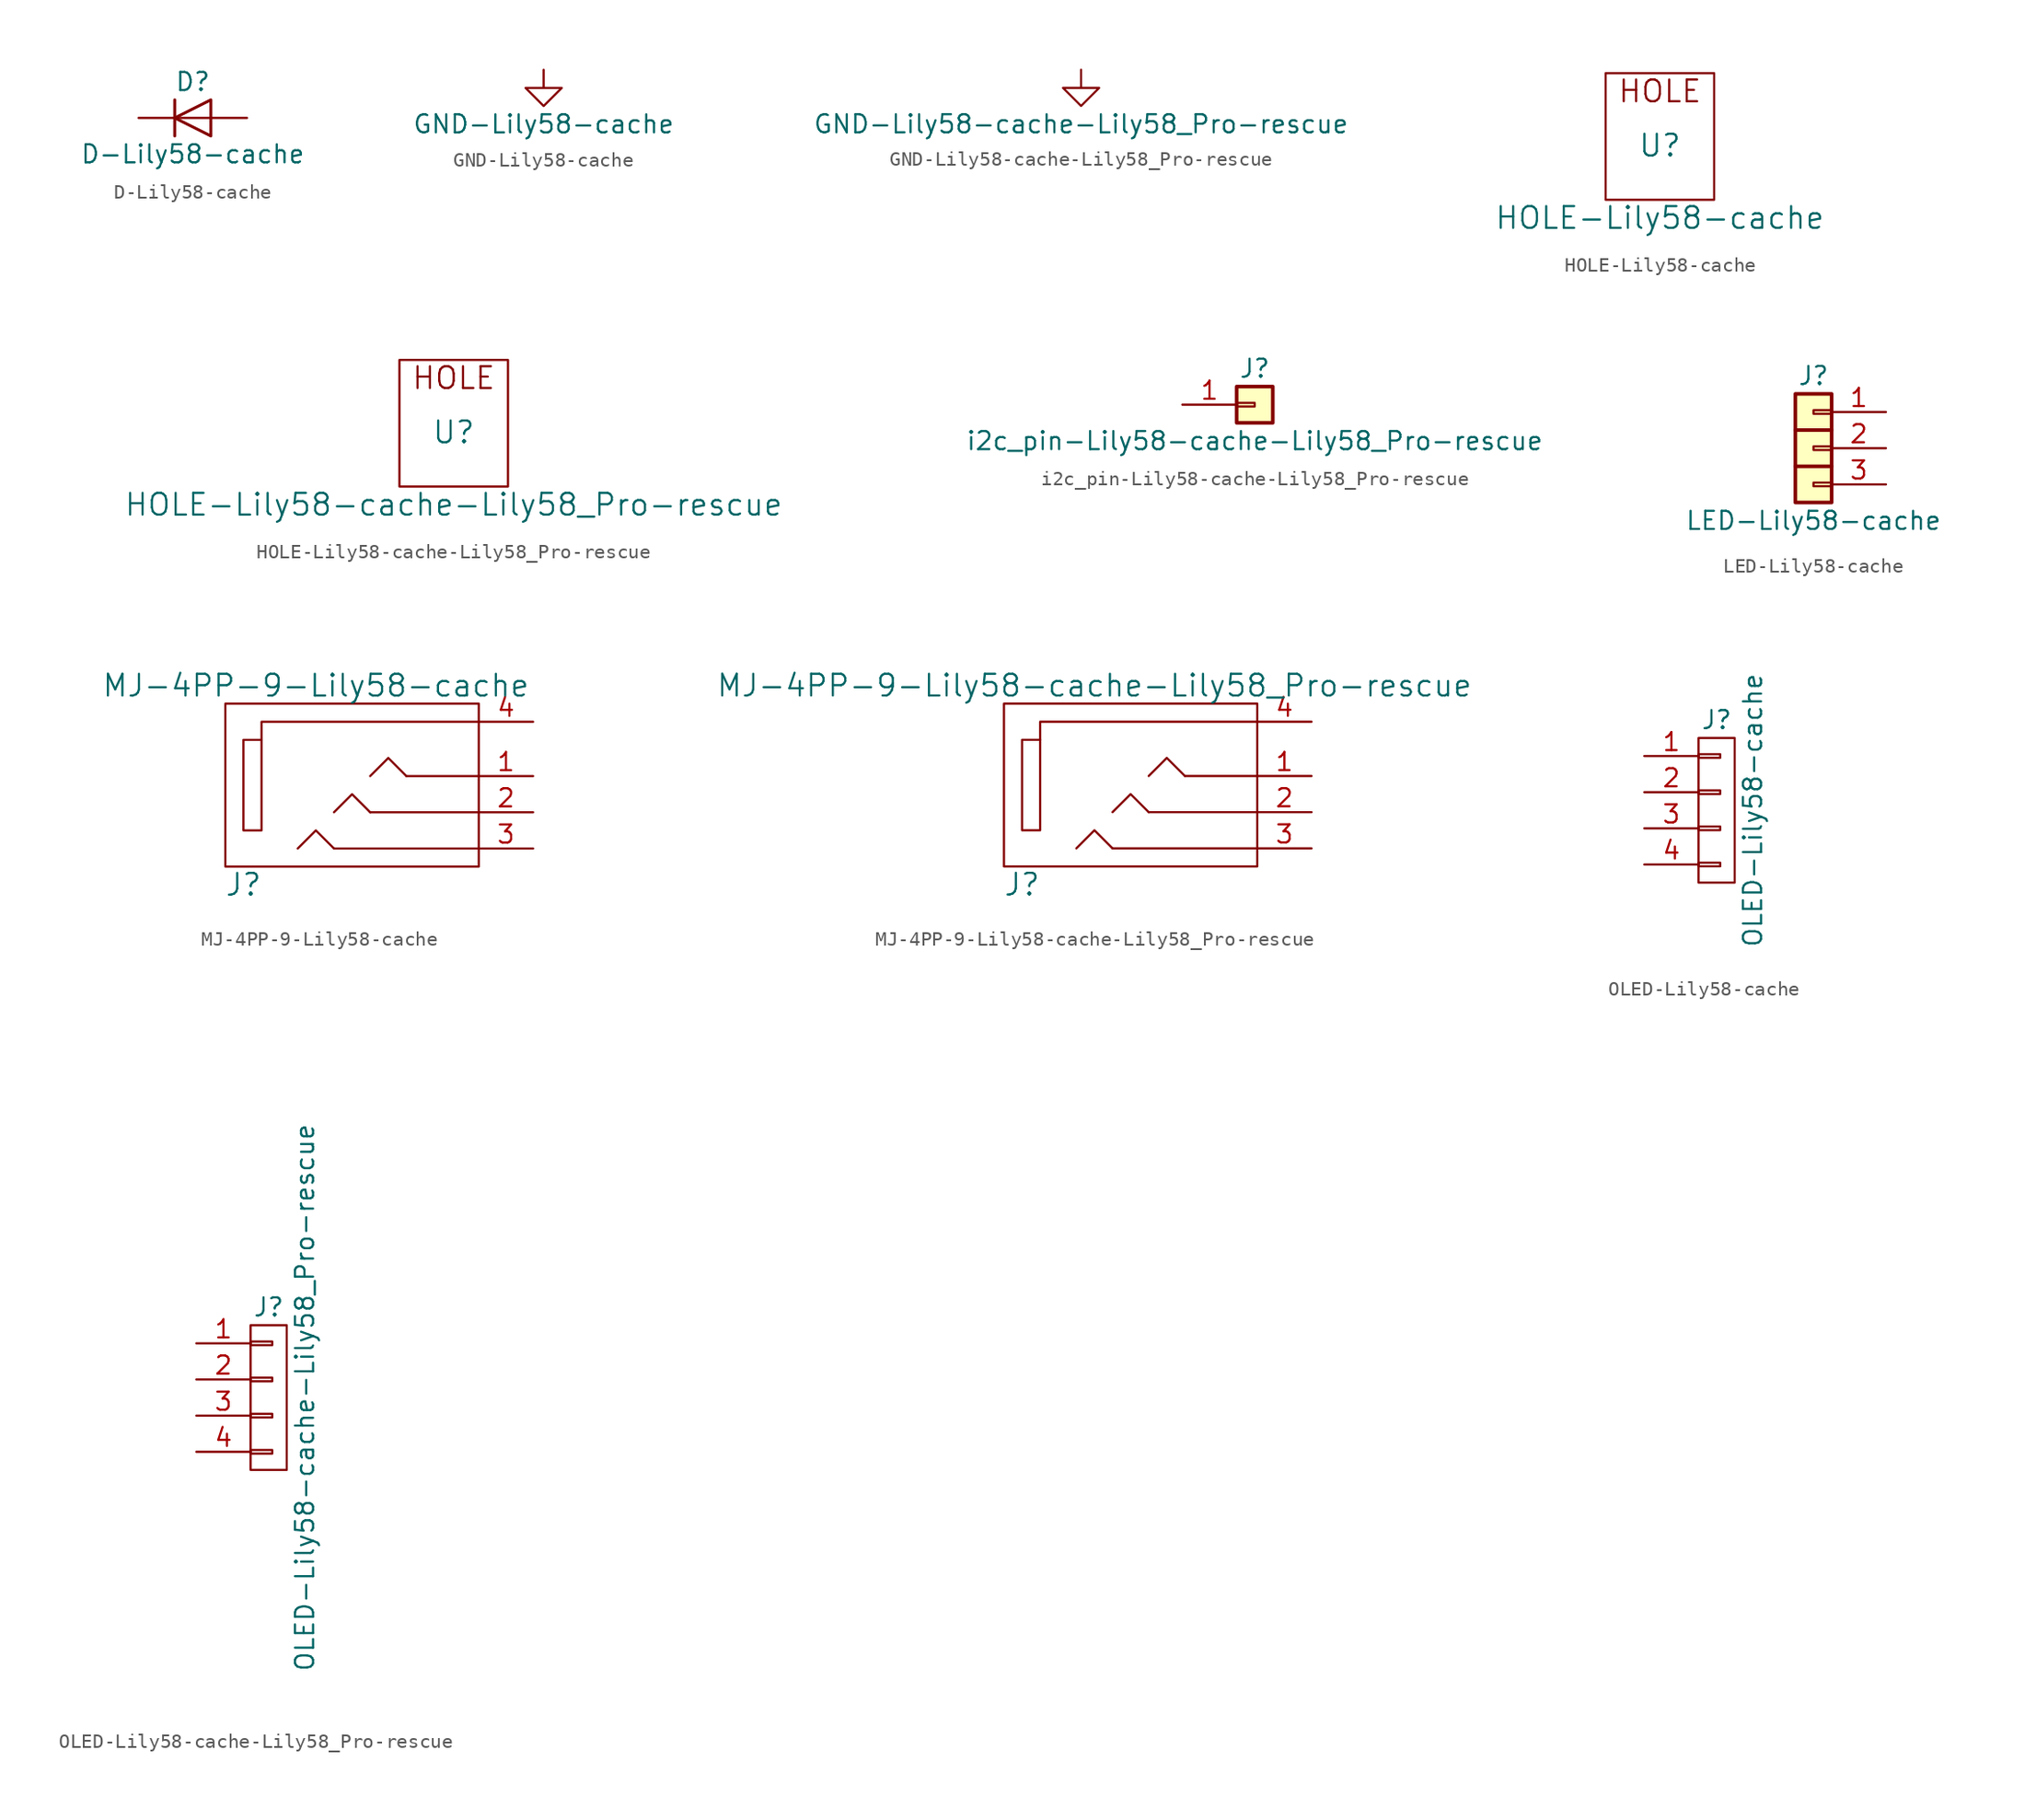
<source format=kicad_sym>
(kicad_symbol_lib
  (version 20211014)
  (generator kicad_symbol_editor)
  (symbol "D-Lily58-cache"
    (pin_numbers hide)
    (pin_names
      (offset 1.016) hide)
    (property "Reference" "D"
      (at 0 2.54 0)
      (effects (font (size 1.27 1.27))))
    (property "Value" "D-Lily58-cache"
      (at 0 -2.54 0)
      (effects (font (size 1.27 1.27))))
    (symbol "D-Lily58-cache_0_1"
      (polyline (pts (xy -1.27 1.27) (xy -1.27 -1.27)) (stroke (width 0.203) (type default) (color 0 0 0 0)) (fill (type none)))
      (polyline (pts (xy 1.27 0) (xy -1.27 0)) (stroke (width 0) (type default) (color 0 0 0 0)) (fill (type none)))
      (polyline (pts (xy 1.27 1.27) (xy 1.27 -1.27) (xy -1.27 0) (xy 1.27 1.27)) (stroke (width 0.203) (type default) (color 0 0 0 0)) (fill (type none))))
    (symbol "D-Lily58-cache_1_1"
      (pin passive line (at -3.81 0 0) (length 2.54) (name "K" (effects (font (size 1.27 1.27)))) (number "1" (effects (font (size 1.27 1.27)))))
      (pin passive line (at 3.81 0 180) (length 2.54) (name "A" (effects (font (size 1.27 1.27)))) (number "2" (effects (font (size 1.27 1.27)))))))
  (symbol "GND-Lily58-cache"
    (power)
    (pin_names
      (offset 0))
    (property "Reference" "#PWR"
      (at 0 -6.35 0)
      (effects (font (size 1.27 1.27)) hide))
    (property "Value" "GND-Lily58-cache"
      (at 0 -3.81 0)
      (effects (font (size 1.27 1.27))))
    (symbol "GND-Lily58-cache_1_1"
      (polyline (pts (xy 0 0) (xy 0 -1.27) (xy 1.27 -1.27) (xy 0 -2.54) (xy -1.27 -1.27) (xy 0 -1.27)) (stroke (width 0) (type default) (color 0 0 0 0)) (fill (type none)))
      (pin power_in line (at 0 0 0) (length 0) hide (name "GND" (effects (font (size 1.27 1.27)))) (number "1" (effects (font (size 1.27 1.27)))))))
  (symbol "GND-Lily58-cache-Lily58_Pro-rescue"
    (power)
    (pin_names
      (offset 0))
    (property "Reference" "#PWR"
      (at 0 -6.35 0)
      (effects (font (size 1.27 1.27)) hide))
    (property "Value" "GND-Lily58-cache-Lily58_Pro-rescue"
      (at 0 -3.81 0)
      (effects (font (size 1.27 1.27))))
    (symbol "GND-Lily58-cache-Lily58_Pro-rescue_1_1"
      (polyline (pts (xy 0 0) (xy 0 -1.27) (xy 1.27 -1.27) (xy 0 -2.54) (xy -1.27 -1.27) (xy 0 -1.27)) (stroke (width 0) (type default) (color 0 0 0 0)) (fill (type none)))
      (pin power_in line (at 0 0 0) (length 0) hide (name "GND" (effects (font (size 1.27 1.27)))) (number "1" (effects (font (size 1.27 1.27)))))))
  (symbol "HOLE-Lily58-cache"
    (pin_names
      (offset 1.016))
    (property "Reference" "U"
      (at 0 0 0)
      (effects (font (size 1.524 1.524))))
    (property "Value" "HOLE-Lily58-cache"
      (at 0 -5.08 0)
      (effects (font (size 1.524 1.524))))
    (property "Footprint" ""
      (at 0 0 0)
      (effects (font (size 1.524 1.524))))
    (property "Datasheet" ""
      (at 0 0 0)
      (effects (font (size 1.524 1.524))))
    (symbol "HOLE-Lily58-cache_0_0"
      (text "HOLE" (at 0 3.81 0) (effects (font (size 1.524 1.524)))))
    (symbol "HOLE-Lily58-cache_0_1"
      (rectangle (start 3.81 5.08) (end -3.81 -3.81) (stroke (width 0) (type default) (color 0 0 0 0)) (fill (type none)))))
  (symbol "HOLE-Lily58-cache-Lily58_Pro-rescue"
    (pin_names
      (offset 1.016))
    (property "Reference" "U"
      (at 0 0 0)
      (effects (font (size 1.524 1.524))))
    (property "Value" "HOLE-Lily58-cache-Lily58_Pro-rescue"
      (at 0 -5.08 0)
      (effects (font (size 1.524 1.524))))
    (property "Footprint" ""
      (at 0 0 0)
      (effects (font (size 1.524 1.524))))
    (property "Datasheet" ""
      (at 0 0 0)
      (effects (font (size 1.524 1.524))))
    (symbol "HOLE-Lily58-cache-Lily58_Pro-rescue_0_0"
      (text "HOLE" (at 0 3.81 0) (effects (font (size 1.524 1.524)))))
    (symbol "HOLE-Lily58-cache-Lily58_Pro-rescue_0_1"
      (rectangle (start 3.81 5.08) (end -3.81 -3.81) (stroke (width 0) (type default) (color 0 0 0 0)) (fill (type none)))))
  (symbol "i2c_pin-Lily58-cache-Lily58_Pro-rescue"
    (pin_names
      (offset 1.016) hide)
    (property "Reference" "J"
      (at 0 2.54 0)
      (effects (font (size 1.27 1.27))))
    (property "Value" "i2c_pin-Lily58-cache-Lily58_Pro-rescue"
      (at 0 -2.54 0)
      (effects (font (size 1.27 1.27))))
    (symbol "i2c_pin-Lily58-cache-Lily58_Pro-rescue_1_1"
      (rectangle (start -1.27 0.127) (end 0 -0.127) (stroke (width 0.152) (type default) (color 0 0 0 0)) (fill (type none)))
      (rectangle (start -1.27 1.27) (end 1.27 -1.27) (stroke (width 0.254) (type default) (color 0 0 0 0)) (fill (type background)))
      (pin passive line (at -5.08 0 0) (length 3.81) (name "Pin_1" (effects (font (size 1.27 1.27)))) (number "1" (effects (font (size 1.27 1.27)))))))
  (symbol "LED-Lily58-cache"
    (pin_names
      (offset 1.016) hide)
    (property "Reference" "J"
      (at 0 5.08 0)
      (effects (font (size 1.27 1.27))))
    (property "Value" "LED-Lily58-cache"
      (at 0 -5.08 0)
      (effects (font (size 1.27 1.27))))
    (symbol "LED-Lily58-cache_1_1"
      (rectangle (start -1.27 3.81) (end 1.27 -3.81) (stroke (width 0.254) (type default) (color 0 0 0 0)) (fill (type background)))
      (rectangle (start 0 -2.413) (end 1.27 -2.667) (stroke (width 0.152) (type default) (color 0 0 0 0)) (fill (type none)))
      (polyline (pts (xy -1.27 -1.27) (xy 1.27 -1.27)) (stroke (width 0.254) (type default) (color 0 0 0 0)) (fill (type none)))
      (polyline (pts (xy -1.27 1.27) (xy 1.27 1.27)) (stroke (width 0.254) (type default) (color 0 0 0 0)) (fill (type none)))
      (rectangle (start 0 0.127) (end 1.27 -0.127) (stroke (width 0.152) (type default) (color 0 0 0 0)) (fill (type none)))
      (rectangle (start 0 2.667) (end 1.27 2.413) (stroke (width 0.152) (type default) (color 0 0 0 0)) (fill (type none)))
      (pin passive line (at 5.08 2.54 180) (length 3.81) (name "Pin_1" (effects (font (size 1.27 1.27)))) (number "1" (effects (font (size 1.27 1.27)))))
      (pin passive line (at 5.08 0 180) (length 3.81) (name "Pin_2" (effects (font (size 1.27 1.27)))) (number "2" (effects (font (size 1.27 1.27)))))
      (pin passive line (at 5.08 -2.54 180) (length 3.81) (name "Pin_3" (effects (font (size 1.27 1.27)))) (number "3" (effects (font (size 1.27 1.27)))))))
  (symbol "MJ-4PP-9-Lily58-cache"
    (pin_names
      (offset 1.016))
    (property "Reference" "J"
      (at -8.89 -7.62 0)
      (effects (font (size 1.524 1.524))))
    (property "Value" "MJ-4PP-9-Lily58-cache"
      (at -3.81 6.35 0)
      (effects (font (size 1.524 1.524))))
    (property "Footprint" ""
      (at 0 0 0)
      (effects (font (size 1.524 1.524))))
    (property "Datasheet" ""
      (at 0 0 0)
      (effects (font (size 1.524 1.524))))
    (symbol "MJ-4PP-9-Lily58-cache_0_1"
      (rectangle (start -7.62 2.54) (end -8.89 -3.81) (stroke (width 0) (type default) (color 0 0 0 0)) (fill (type none)))
      (polyline (pts (xy 2.54 0) (xy 7.62 0)) (stroke (width 0) (type default) (color 0 0 0 0)) (fill (type none)))
      (polyline (pts (xy -2.54 -5.08) (xy 7.62 -5.08) (xy 7.62 -5.08)) (stroke (width 0) (type default) (color 0 0 0 0)) (fill (type none)))
      (polyline (pts (xy 0 -2.54) (xy -1.27 -1.27) (xy -2.54 -2.54)) (stroke (width 0) (type default) (color 0 0 0 0)) (fill (type none)))
      (polyline (pts (xy 0 0) (xy 1.27 1.27) (xy 2.54 0)) (stroke (width 0) (type default) (color 0 0 0 0)) (fill (type none)))
      (polyline (pts (xy 7.62 3.81) (xy -7.62 3.81) (xy -7.62 2.54)) (stroke (width 0) (type default) (color 0 0 0 0)) (fill (type none)))
      (polyline (pts (xy -2.54 -5.08) (xy -3.81 -3.81) (xy -5.08 -5.08) (xy -5.08 -5.08)) (stroke (width 0) (type default) (color 0 0 0 0)) (fill (type none)))
      (polyline (pts (xy 0 -2.54) (xy 7.62 -2.54) (xy 7.62 -2.54) (xy 7.62 -2.54)) (stroke (width 0) (type default) (color 0 0 0 0)) (fill (type none)))
      (rectangle (start 7.62 -6.35) (end -10.16 5.08) (stroke (width 0) (type default) (color 0 0 0 0)) (fill (type none))))
    (symbol "MJ-4PP-9-Lily58-cache_1_1"
      (pin passive line (at 11.43 0 180) (length 3.81) (name "~" (effects (font (size 1.27 1.27)))) (number "1" (effects (font (size 1.27 1.27)))))
      (pin passive line (at 11.43 -2.54 180) (length 3.81) (name "~" (effects (font (size 1.27 1.27)))) (number "2" (effects (font (size 1.27 1.27)))))
      (pin passive line (at 11.43 -5.08 180) (length 3.81) (name "~" (effects (font (size 1.27 1.27)))) (number "3" (effects (font (size 1.27 1.27)))))
      (pin passive line (at 11.43 3.81 180) (length 3.81) (name "~" (effects (font (size 1.27 1.27)))) (number "4" (effects (font (size 1.27 1.27)))))))
  (symbol "MJ-4PP-9-Lily58-cache-Lily58_Pro-rescue"
    (pin_names
      (offset 1.016))
    (property "Reference" "J"
      (at -8.89 -7.62 0)
      (effects (font (size 1.524 1.524))))
    (property "Value" "MJ-4PP-9-Lily58-cache-Lily58_Pro-rescue"
      (at -3.81 6.35 0)
      (effects (font (size 1.524 1.524))))
    (property "Footprint" ""
      (at 0 0 0)
      (effects (font (size 1.524 1.524))))
    (property "Datasheet" ""
      (at 0 0 0)
      (effects (font (size 1.524 1.524))))
    (symbol "MJ-4PP-9-Lily58-cache-Lily58_Pro-rescue_0_1"
      (rectangle (start -7.62 2.54) (end -8.89 -3.81) (stroke (width 0) (type default) (color 0 0 0 0)) (fill (type none)))
      (polyline (pts (xy 2.54 0) (xy 7.62 0)) (stroke (width 0) (type default) (color 0 0 0 0)) (fill (type none)))
      (polyline (pts (xy -2.54 -5.08) (xy 7.62 -5.08) (xy 7.62 -5.08)) (stroke (width 0) (type default) (color 0 0 0 0)) (fill (type none)))
      (polyline (pts (xy 0 -2.54) (xy -1.27 -1.27) (xy -2.54 -2.54)) (stroke (width 0) (type default) (color 0 0 0 0)) (fill (type none)))
      (polyline (pts (xy 0 0) (xy 1.27 1.27) (xy 2.54 0)) (stroke (width 0) (type default) (color 0 0 0 0)) (fill (type none)))
      (polyline (pts (xy 7.62 3.81) (xy -7.62 3.81) (xy -7.62 2.54)) (stroke (width 0) (type default) (color 0 0 0 0)) (fill (type none)))
      (polyline (pts (xy -2.54 -5.08) (xy -3.81 -3.81) (xy -5.08 -5.08) (xy -5.08 -5.08)) (stroke (width 0) (type default) (color 0 0 0 0)) (fill (type none)))
      (polyline (pts (xy 0 -2.54) (xy 7.62 -2.54) (xy 7.62 -2.54) (xy 7.62 -2.54)) (stroke (width 0) (type default) (color 0 0 0 0)) (fill (type none)))
      (rectangle (start 7.62 -6.35) (end -10.16 5.08) (stroke (width 0) (type default) (color 0 0 0 0)) (fill (type none))))
    (symbol "MJ-4PP-9-Lily58-cache-Lily58_Pro-rescue_1_1"
      (pin passive line (at 11.43 0 180) (length 3.81) (name "~" (effects (font (size 1.27 1.27)))) (number "1" (effects (font (size 1.27 1.27)))))
      (pin passive line (at 11.43 -2.54 180) (length 3.81) (name "~" (effects (font (size 1.27 1.27)))) (number "2" (effects (font (size 1.27 1.27)))))
      (pin passive line (at 11.43 -5.08 180) (length 3.81) (name "~" (effects (font (size 1.27 1.27)))) (number "3" (effects (font (size 1.27 1.27)))))
      (pin passive line (at 11.43 3.81 180) (length 3.81) (name "~" (effects (font (size 1.27 1.27)))) (number "4" (effects (font (size 1.27 1.27)))))))
  (symbol "OLED-Lily58-cache"
    (pin_names
      (offset 1.016) hide)
    (property "Reference" "J"
      (at 0 6.35 0)
      (effects (font (size 1.27 1.27))))
    (property "Value" "OLED-Lily58-cache"
      (at 2.54 0 90)
      (effects (font (size 1.27 1.27))))
    (property "Footprint" ""
      (at 0 0 0)
      (effects (font (size 1.27 1.27))))
    (property "Datasheet" ""
      (at 0 0 0)
      (effects (font (size 1.27 1.27))))
    (symbol "OLED-Lily58-cache_0_1"
      (rectangle (start -1.27 -3.683) (end 0.254 -3.937) (stroke (width 0) (type default) (color 0 0 0 0)) (fill (type none)))
      (rectangle (start -1.27 -1.143) (end 0.254 -1.397) (stroke (width 0) (type default) (color 0 0 0 0)) (fill (type none)))
      (rectangle (start -1.27 1.397) (end 0.254 1.143) (stroke (width 0) (type default) (color 0 0 0 0)) (fill (type none)))
      (rectangle (start -1.27 3.937) (end 0.254 3.683) (stroke (width 0) (type default) (color 0 0 0 0)) (fill (type none)))
      (rectangle (start -1.27 5.08) (end 1.27 -5.08) (stroke (width 0) (type default) (color 0 0 0 0)) (fill (type none))))
    (symbol "OLED-Lily58-cache_1_1"
      (pin passive line (at -5.08 3.81 0) (length 3.81) (name "P1" (effects (font (size 1.27 1.27)))) (number "1" (effects (font (size 1.27 1.27)))))
      (pin passive line (at -5.08 1.27 0) (length 3.81) (name "P2" (effects (font (size 1.27 1.27)))) (number "2" (effects (font (size 1.27 1.27)))))
      (pin passive line (at -5.08 -1.27 0) (length 3.81) (name "P3" (effects (font (size 1.27 1.27)))) (number "3" (effects (font (size 1.27 1.27)))))
      (pin passive line (at -5.08 -3.81 0) (length 3.81) (name "P4" (effects (font (size 1.27 1.27)))) (number "4" (effects (font (size 1.27 1.27)))))))
  (symbol "OLED-Lily58-cache-Lily58_Pro-rescue"
    (pin_names
      (offset 1.016) hide)
    (property "Reference" "J"
      (at 0 6.35 0)
      (effects (font (size 1.27 1.27))))
    (property "Value" "OLED-Lily58-cache-Lily58_Pro-rescue"
      (at 2.54 0 90)
      (effects (font (size 1.27 1.27))))
    (property "Footprint" ""
      (at 0 0 0)
      (effects (font (size 1.27 1.27))))
    (property "Datasheet" ""
      (at 0 0 0)
      (effects (font (size 1.27 1.27))))
    (symbol "OLED-Lily58-cache-Lily58_Pro-rescue_0_1"
      (rectangle (start -1.27 -3.683) (end 0.254 -3.937) (stroke (width 0) (type default) (color 0 0 0 0)) (fill (type none)))
      (rectangle (start -1.27 -1.143) (end 0.254 -1.397) (stroke (width 0) (type default) (color 0 0 0 0)) (fill (type none)))
      (rectangle (start -1.27 1.397) (end 0.254 1.143) (stroke (width 0) (type default) (color 0 0 0 0)) (fill (type none)))
      (rectangle (start -1.27 3.937) (end 0.254 3.683) (stroke (width 0) (type default) (color 0 0 0 0)) (fill (type none)))
      (rectangle (start -1.27 5.08) (end 1.27 -5.08) (stroke (width 0) (type default) (color 0 0 0 0)) (fill (type none))))
    (symbol "OLED-Lily58-cache-Lily58_Pro-rescue_1_1"
      (pin passive line (at -5.08 3.81 0) (length 3.81) (name "P1" (effects (font (size 1.27 1.27)))) (number "1" (effects (font (size 1.27 1.27)))))
      (pin passive line (at -5.08 1.27 0) (length 3.81) (name "P2" (effects (font (size 1.27 1.27)))) (number "2" (effects (font (size 1.27 1.27)))))
      (pin passive line (at -5.08 -1.27 0) (length 3.81) (name "P3" (effects (font (size 1.27 1.27)))) (number "3" (effects (font (size 1.27 1.27)))))
      (pin passive line (at -5.08 -3.81 0) (length 3.81) (name "P4" (effects (font (size 1.27 1.27)))) (number "4" (effects (font (size 1.27 1.27))))))))
</source>
